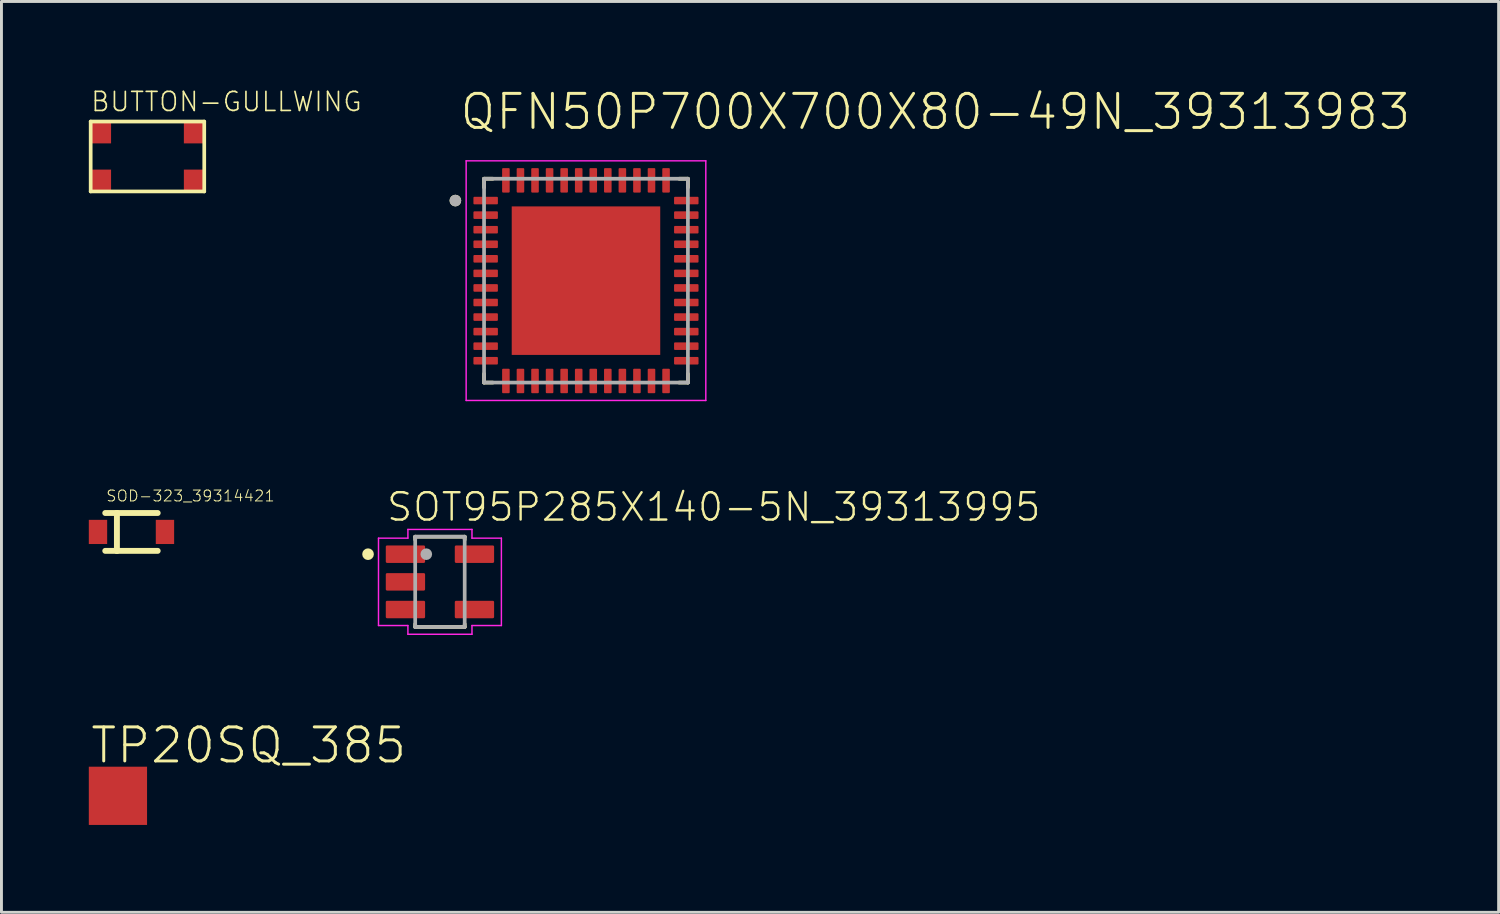
<source format=kicad_pcb>
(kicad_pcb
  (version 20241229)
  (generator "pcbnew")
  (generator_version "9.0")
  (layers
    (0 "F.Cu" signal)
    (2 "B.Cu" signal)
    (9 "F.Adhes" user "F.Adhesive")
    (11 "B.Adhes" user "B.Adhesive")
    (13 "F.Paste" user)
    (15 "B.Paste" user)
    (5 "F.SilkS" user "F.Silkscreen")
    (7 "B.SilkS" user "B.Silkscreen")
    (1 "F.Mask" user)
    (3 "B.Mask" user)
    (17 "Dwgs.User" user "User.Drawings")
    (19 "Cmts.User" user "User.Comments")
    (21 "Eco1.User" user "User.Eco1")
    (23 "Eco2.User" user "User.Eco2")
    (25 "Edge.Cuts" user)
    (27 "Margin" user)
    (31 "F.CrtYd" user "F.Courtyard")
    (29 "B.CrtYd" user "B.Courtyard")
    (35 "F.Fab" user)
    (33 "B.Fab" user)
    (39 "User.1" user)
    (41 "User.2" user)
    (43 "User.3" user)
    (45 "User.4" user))
  (footprint "SOT95P285X140-5N_39313995"
    (layer "F.Cu")
    (at 12.058 16.931)
    (property "Reference" "SOT95P285X140-5N_39313995" (at -1.884 -2.021 0) (unlocked yes) (layer "F.SilkS") (effects (font (size 0.938 0.938) (thickness 0.082)) (justify left bottom)))
    (fp_line (start -0.85 -1.55) (end -0.85 -1.45) (stroke (width 0.127) (type solid)) (layer "F.SilkS"))
    (fp_line (start -0.85 1.55) (end -0.85 1.45) (stroke (width 0.127) (type solid)) (layer "F.SilkS"))
    (fp_line (start 0.85 -1.55) (end -0.85 -1.55) (stroke (width 0.127) (type solid)) (layer "F.SilkS"))
    (fp_line (start 0.85 -1.55) (end 0.85 -1.45) (stroke (width 0.127) (type solid)) (layer "F.SilkS"))
    (fp_line (start 0.85 1.55) (end -0.85 1.55) (stroke (width 0.127) (type solid)) (layer "F.SilkS"))
    (fp_line (start 0.85 1.55) (end 0.85 1.45) (stroke (width 0.127) (type solid)) (layer "F.SilkS"))
    (fp_circle (center -2.469 -0.95) (end -2.369 -0.95) (stroke (width 0.2) (type solid)) (fill no) (layer "F.SilkS"))
    (fp_line (start -2.11 -1.5) (end -2.11 1.5) (stroke (width 0.05) (type solid)) (layer "F.CrtYd"))
    (fp_line (start -2.11 1.5) (end -1.1 1.5) (stroke (width 0.05) (type solid)) (layer "F.CrtYd"))
    (fp_line (start -1.1 -1.8) (end -1.1 -1.5) (stroke (width 0.05) (type solid)) (layer "F.CrtYd"))
    (fp_line (start -1.1 -1.5) (end -2.11 -1.5) (stroke (width 0.05) (type solid)) (layer "F.CrtYd"))
    (fp_line (start -1.1 1.5) (end -1.1 1.8) (stroke (width 0.05) (type solid)) (layer "F.CrtYd"))
    (fp_line (start -1.1 1.8) (end 1.1 1.8) (stroke (width 0.05) (type solid)) (layer "F.CrtYd"))
    (fp_line (start 1.1 -1.8) (end -1.1 -1.8) (stroke (width 0.05) (type solid)) (layer "F.CrtYd"))
    (fp_line (start 1.1 -1.5) (end 1.1 -1.8) (stroke (width 0.05) (type solid)) (layer "F.CrtYd"))
    (fp_line (start 1.1 1.5) (end 2.11 1.5) (stroke (width 0.05) (type solid)) (layer "F.CrtYd"))
    (fp_line (start 1.1 1.8) (end 1.1 1.5) (stroke (width 0.05) (type solid)) (layer "F.CrtYd"))
    (fp_line (start 2.11 -1.5) (end 1.1 -1.5) (stroke (width 0.05) (type solid)) (layer "F.CrtYd"))
    (fp_line (start 2.11 1.5) (end 2.11 -1.5) (stroke (width 0.05) (type solid)) (layer "F.CrtYd"))
    (fp_line (start -0.85 -1.55) (end 0.85 -1.55) (stroke (width 0.127) (type solid)) (layer "F.Fab"))
    (fp_line (start -0.85 1.55) (end -0.85 -1.55) (stroke (width 0.127) (type solid)) (layer "F.Fab"))
    (fp_line (start 0.85 -1.55) (end 0.85 1.55) (stroke (width 0.127) (type solid)) (layer "F.Fab"))
    (fp_line (start 0.85 1.55) (end -0.85 1.55) (stroke (width 0.127) (type solid)) (layer "F.Fab"))
    (fp_circle (center -0.469 -0.95) (end -0.369 -0.95) (stroke (width 0.2) (type solid)) (fill no) (layer "F.Fab"))
    (pad "1" smd roundrect (at -1.185 -0.95 270) (size 0.6 1.35) (layers "F.Cu" "F.Mask" "F.Paste") (roundrect_rratio 0.075))
    (pad "2" smd roundrect (at -1.185 0 270) (size 0.6 1.35) (layers "F.Cu" "F.Mask" "F.Paste") (roundrect_rratio 0.075))
    (pad "3" smd roundrect (at -1.185 0.95 270) (size 0.6 1.35) (layers "F.Cu" "F.Mask" "F.Paste") (roundrect_rratio 0.075))
    (pad "4" smd roundrect (at 1.185 0.95 270) (size 0.6 1.35) (layers "F.Cu" "F.Mask" "F.Paste") (roundrect_rratio 0.075))
    (pad "5" smd roundrect (at 1.185 -0.95 270) (size 0.6 1.35) (layers "F.Cu" "F.Mask" "F.Paste") (roundrect_rratio 0.075)))
  (footprint "SOD-323_39314421"
    (layer "F.Cu")
    (at 1.465 15.217)
    (property "Reference" "SOD-323_39314421" (at -0.89 -1.017 0) (unlocked yes) (layer "F.SilkS") (effects (font (size 0.374 0.374) (thickness 0.033)) (justify left bottom)))
    (fp_line (start -0.9 -0.65) (end -0.5 -0.65) (stroke (width 0.203) (type solid)) (layer "F.SilkS"))
    (fp_line (start -0.9 0.65) (end -0.5 0.65) (stroke (width 0.203) (type solid)) (layer "F.SilkS"))
    (fp_line (start -0.5 -0.65) (end -0.5 0.65) (stroke (width 0.203) (type solid)) (layer "F.SilkS"))
    (fp_line (start -0.5 -0.65) (end 0.9 -0.65) (stroke (width 0.203) (type solid)) (layer "F.SilkS"))
    (fp_line (start -0.5 0.65) (end 0.9 0.65) (stroke (width 0.203) (type solid)) (layer "F.SilkS"))
    (pad "A" smd rect (at 1.15 0) (size 0.63 0.83) (layers "F.Cu" "F.Mask" "F.Paste"))
    (pad "C" smd rect (at -1.15 0) (size 0.63 0.83) (layers "F.Cu" "F.Mask" "F.Paste")))
  (footprint "QFN50P700X700X80-49N_39313983"
    (layer "F.Cu")
    (at 17.073 6.588)
    (property "Reference" "QFN50P700X700X80-49N_39313983" (at -4.39 -5.115 0) (unlocked yes) (layer "F.SilkS") (effects (font (size 1.168 1.168) (thickness 0.102)) (justify left bottom)))
    (fp_line (start -3.5 -3.5) (end -3.5 -3.2) (stroke (width 0.127) (type solid)) (layer "F.SilkS"))
    (fp_line (start -3.5 -3.5) (end -3.2 -3.5) (stroke (width 0.127) (type solid)) (layer "F.SilkS"))
    (fp_line (start -3.5 3.5) (end -3.5 3.2) (stroke (width 0.127) (type solid)) (layer "F.SilkS"))
    (fp_line (start -3.5 3.5) (end -3.2 3.5) (stroke (width 0.127) (type solid)) (layer "F.SilkS"))
    (fp_line (start 3.5 -3.5) (end 3.2 -3.5) (stroke (width 0.127) (type solid)) (layer "F.SilkS"))
    (fp_line (start 3.5 -3.5) (end 3.5 -3.2) (stroke (width 0.127) (type solid)) (layer "F.SilkS"))
    (fp_line (start 3.5 3.5) (end 3.2 3.5) (stroke (width 0.127) (type solid)) (layer "F.SilkS"))
    (fp_line (start 3.5 3.5) (end 3.5 3.2) (stroke (width 0.127) (type solid)) (layer "F.SilkS"))
    (fp_circle (center -4.485 -2.75) (end -4.385 -2.75) (stroke (width 0.2) (type solid)) (fill no) (layer "F.SilkS"))
    (fp_poly (pts (xy -2.085 -0.465) (xy -0.465 -0.465) (xy -0.465 -2.085) (xy -2.085 -2.085)) (stroke (width 0) (type default)) (fill yes) (layer "F.Paste"))
    (fp_poly (pts (xy -2.085 2.085) (xy -0.465 2.085) (xy -0.465 0.465) (xy -2.085 0.465)) (stroke (width 0) (type default)) (fill yes) (layer "F.Paste"))
    (fp_poly (pts (xy 0.465 -0.465) (xy 2.085 -0.465) (xy 2.085 -2.085) (xy 0.465 -2.085)) (stroke (width 0) (type default)) (fill yes) (layer "F.Paste"))
    (fp_poly (pts (xy 0.465 2.085) (xy 2.085 2.085) (xy 2.085 0.465) (xy 0.465 0.465)) (stroke (width 0) (type default)) (fill yes) (layer "F.Paste"))
    (fp_line (start -4.115 -4.115) (end 4.115 -4.115) (stroke (width 0.05) (type solid)) (layer "F.CrtYd"))
    (fp_line (start -4.115 4.115) (end -4.115 -4.115) (stroke (width 0.05) (type solid)) (layer "F.CrtYd"))
    (fp_line (start -4.115 4.115) (end 4.115 4.115) (stroke (width 0.05) (type solid)) (layer "F.CrtYd"))
    (fp_line (start 4.115 4.115) (end 4.115 -4.115) (stroke (width 0.05) (type solid)) (layer "F.CrtYd"))
    (fp_line (start -3.5 3.5) (end -3.5 -3.5) (stroke (width 0.127) (type solid)) (layer "F.Fab"))
    (fp_line (start 3.5 -3.5) (end -3.5 -3.5) (stroke (width 0.127) (type solid)) (layer "F.Fab"))
    (fp_line (start 3.5 3.5) (end -3.5 3.5) (stroke (width 0.127) (type solid)) (layer "F.Fab"))
    (fp_line (start 3.5 3.5) (end 3.5 -3.5) (stroke (width 0.127) (type solid)) (layer "F.Fab"))
    (fp_circle (center -4.485 -2.75) (end -4.385 -2.75) (stroke (width 0.2) (type solid)) (fill no) (layer "F.Fab"))
    (pad "1" smd roundrect (at -3.445 -2.75) (size 0.84 0.26) (layers "F.Cu" "F.Mask" "F.Paste") (roundrect_rratio 0.125))
    (pad "2" smd roundrect (at -3.445 -2.25) (size 0.84 0.26) (layers "F.Cu" "F.Mask" "F.Paste") (roundrect_rratio 0.125))
    (pad "3" smd roundrect (at -3.445 -1.75) (size 0.84 0.26) (layers "F.Cu" "F.Mask" "F.Paste") (roundrect_rratio 0.125))
    (pad "4" smd roundrect (at -3.445 -1.25) (size 0.84 0.26) (layers "F.Cu" "F.Mask" "F.Paste") (roundrect_rratio 0.125))
    (pad "5" smd roundrect (at -3.445 -0.75) (size 0.84 0.26) (layers "F.Cu" "F.Mask" "F.Paste") (roundrect_rratio 0.125))
    (pad "6" smd roundrect (at -3.445 -0.25) (size 0.84 0.26) (layers "F.Cu" "F.Mask" "F.Paste") (roundrect_rratio 0.125))
    (pad "7" smd roundrect (at -3.445 0.25) (size 0.84 0.26) (layers "F.Cu" "F.Mask" "F.Paste") (roundrect_rratio 0.125))
    (pad "8" smd roundrect (at -3.445 0.75) (size 0.84 0.26) (layers "F.Cu" "F.Mask" "F.Paste") (roundrect_rratio 0.125))
    (pad "9" smd roundrect (at -3.445 1.25) (size 0.84 0.26) (layers "F.Cu" "F.Mask" "F.Paste") (roundrect_rratio 0.125))
    (pad "10" smd roundrect (at -3.445 1.75) (size 0.84 0.26) (layers "F.Cu" "F.Mask" "F.Paste") (roundrect_rratio 0.125))
    (pad "11" smd roundrect (at -3.445 2.25) (size 0.84 0.26) (layers "F.Cu" "F.Mask" "F.Paste") (roundrect_rratio 0.125))
    (pad "12" smd roundrect (at -3.445 2.75) (size 0.84 0.26) (layers "F.Cu" "F.Mask" "F.Paste") (roundrect_rratio 0.125))
    (pad "13" smd roundrect (at -2.75 3.445) (size 0.26 0.84) (layers "F.Cu" "F.Mask" "F.Paste") (roundrect_rratio 0.125))
    (pad "14" smd roundrect (at -2.25 3.445) (size 0.26 0.84) (layers "F.Cu" "F.Mask" "F.Paste") (roundrect_rratio 0.125))
    (pad "15" smd roundrect (at -1.75 3.445) (size 0.26 0.84) (layers "F.Cu" "F.Mask" "F.Paste") (roundrect_rratio 0.125))
    (pad "16" smd roundrect (at -1.25 3.445) (size 0.26 0.84) (layers "F.Cu" "F.Mask" "F.Paste") (roundrect_rratio 0.125))
    (pad "17" smd roundrect (at -0.75 3.445) (size 0.26 0.84) (layers "F.Cu" "F.Mask" "F.Paste") (roundrect_rratio 0.125))
    (pad "18" smd roundrect (at -0.25 3.445) (size 0.26 0.84) (layers "F.Cu" "F.Mask" "F.Paste") (roundrect_rratio 0.125))
    (pad "19" smd roundrect (at 0.25 3.445) (size 0.26 0.84) (layers "F.Cu" "F.Mask" "F.Paste") (roundrect_rratio 0.125))
    (pad "20" smd roundrect (at 0.75 3.445) (size 0.26 0.84) (layers "F.Cu" "F.Mask" "F.Paste") (roundrect_rratio 0.125))
    (pad "21" smd roundrect (at 1.25 3.445) (size 0.26 0.84) (layers "F.Cu" "F.Mask" "F.Paste") (roundrect_rratio 0.125))
    (pad "22" smd roundrect (at 1.75 3.445) (size 0.26 0.84) (layers "F.Cu" "F.Mask" "F.Paste") (roundrect_rratio 0.125))
    (pad "23" smd roundrect (at 2.25 3.445) (size 0.26 0.84) (layers "F.Cu" "F.Mask" "F.Paste") (roundrect_rratio 0.125))
    (pad "24" smd roundrect (at 2.75 3.445) (size 0.26 0.84) (layers "F.Cu" "F.Mask" "F.Paste") (roundrect_rratio 0.125))
    (pad "25" smd roundrect (at 3.445 2.75) (size 0.84 0.26) (layers "F.Cu" "F.Mask" "F.Paste") (roundrect_rratio 0.125))
    (pad "26" smd roundrect (at 3.445 2.25) (size 0.84 0.26) (layers "F.Cu" "F.Mask" "F.Paste") (roundrect_rratio 0.125))
    (pad "27" smd roundrect (at 3.445 1.75) (size 0.84 0.26) (layers "F.Cu" "F.Mask" "F.Paste") (roundrect_rratio 0.125))
    (pad "28" smd roundrect (at 3.445 1.25) (size 0.84 0.26) (layers "F.Cu" "F.Mask" "F.Paste") (roundrect_rratio 0.125))
    (pad "29" smd roundrect (at 3.445 0.75) (size 0.84 0.26) (layers "F.Cu" "F.Mask" "F.Paste") (roundrect_rratio 0.125))
    (pad "30" smd roundrect (at 3.445 0.25) (size 0.84 0.26) (layers "F.Cu" "F.Mask" "F.Paste") (roundrect_rratio 0.125))
    (pad "31" smd roundrect (at 3.445 -0.25) (size 0.84 0.26) (layers "F.Cu" "F.Mask" "F.Paste") (roundrect_rratio 0.125))
    (pad "32" smd roundrect (at 3.445 -0.75) (size 0.84 0.26) (layers "F.Cu" "F.Mask" "F.Paste") (roundrect_rratio 0.125))
    (pad "33" smd roundrect (at 3.445 -1.25) (size 0.84 0.26) (layers "F.Cu" "F.Mask" "F.Paste") (roundrect_rratio 0.125))
    (pad "34" smd roundrect (at 3.445 -1.75) (size 0.84 0.26) (layers "F.Cu" "F.Mask" "F.Paste") (roundrect_rratio 0.125))
    (pad "35" smd roundrect (at 3.445 -2.25) (size 0.84 0.26) (layers "F.Cu" "F.Mask" "F.Paste") (roundrect_rratio 0.125))
    (pad "36" smd roundrect (at 3.445 -2.75) (size 0.84 0.26) (layers "F.Cu" "F.Mask" "F.Paste") (roundrect_rratio 0.125))
    (pad "37" smd roundrect (at 2.75 -3.445) (size 0.26 0.84) (layers "F.Cu" "F.Mask" "F.Paste") (roundrect_rratio 0.125))
    (pad "38" smd roundrect (at 2.25 -3.445) (size 0.26 0.84) (layers "F.Cu" "F.Mask" "F.Paste") (roundrect_rratio 0.125))
    (pad "39" smd roundrect (at 1.75 -3.445) (size 0.26 0.84) (layers "F.Cu" "F.Mask" "F.Paste") (roundrect_rratio 0.125))
    (pad "40" smd roundrect (at 1.25 -3.445) (size 0.26 0.84) (layers "F.Cu" "F.Mask" "F.Paste") (roundrect_rratio 0.125))
    (pad "41" smd roundrect (at 0.75 -3.445) (size 0.26 0.84) (layers "F.Cu" "F.Mask" "F.Paste") (roundrect_rratio 0.125))
    (pad "42" smd roundrect (at 0.25 -3.445) (size 0.26 0.84) (layers "F.Cu" "F.Mask" "F.Paste") (roundrect_rratio 0.125))
    (pad "43" smd roundrect (at -0.25 -3.445) (size 0.26 0.84) (layers "F.Cu" "F.Mask" "F.Paste") (roundrect_rratio 0.125))
    (pad "44" smd roundrect (at -0.75 -3.445) (size 0.26 0.84) (layers "F.Cu" "F.Mask" "F.Paste") (roundrect_rratio 0.125))
    (pad "45" smd roundrect (at -1.25 -3.445) (size 0.26 0.84) (layers "F.Cu" "F.Mask" "F.Paste") (roundrect_rratio 0.125))
    (pad "46" smd roundrect (at -1.75 -3.445) (size 0.26 0.84) (layers "F.Cu" "F.Mask" "F.Paste") (roundrect_rratio 0.125))
    (pad "47" smd roundrect (at -2.25 -3.445) (size 0.26 0.84) (layers "F.Cu" "F.Mask" "F.Paste") (roundrect_rratio 0.125))
    (pad "48" smd roundrect (at -2.75 -3.445) (size 0.26 0.84) (layers "F.Cu" "F.Mask" "F.Paste") (roundrect_rratio 0.125))
    (pad "49" smd rect (at 0 0) (size 5.1 5.1) (layers "F.Cu" "F.Mask")))
  (footprint "BUTTON-GULLWING"
    (layer "F.Cu")
    (at 2.014 2.324)
    (property "Reference" "BUTTON-GULLWING" (at -1.981 -1.499 0) (unlocked yes) (layer "F.SilkS") (effects (font (size 0.654 0.654) (thickness 0.057)) (justify left bottom)))
    (fp_line (start -1.95 -1.2) (end 1.95 -1.2) (stroke (width 0.127) (type solid)) (layer "F.SilkS"))
    (fp_line (start -1.95 1.2) (end -1.95 -1.2) (stroke (width 0.127) (type solid)) (layer "F.SilkS"))
    (fp_line (start 1.95 -1.2) (end 1.95 1.2) (stroke (width 0.127) (type solid)) (layer "F.SilkS"))
    (fp_line (start 1.95 1.2) (end -1.95 1.2) (stroke (width 0.127) (type solid)) (layer "F.SilkS"))
    (pad "1" smd rect (at -1.6 -0.825) (size 0.7 0.75) (layers "F.Cu" "F.Mask" "F.Paste"))
    (pad "2" smd rect (at 1.6 -0.825) (size 0.7 0.75) (layers "F.Cu" "F.Mask" "F.Paste"))
    (pad "3" smd rect (at -1.6 0.825) (size 0.7 0.75) (layers "F.Cu" "F.Mask" "F.Paste"))
    (pad "4" smd rect (at 1.6 0.825) (size 0.7 0.75) (layers "F.Cu" "F.Mask" "F.Paste")))
  (footprint "TP20SQ_385"
    (layer "F.Cu")
    (at 1 24.279)
    (property "Reference" "TP20SQ_385" (at -1 -1.05 0) (unlocked yes) (layer "F.SilkS") (effects (font (size 1.168 1.168) (thickness 0.102)) (justify left bottom)))
    (pad "TP" smd rect (at 0 0) (size 2 2) (layers "F.Cu" "F.Mask")))
  (gr_rect
    (start -3 -3)
    (end 48.414 28.279)
    (stroke (width 0.1) (type default))
    (fill no)
    (layer "Edge.Cuts")))
</source>
